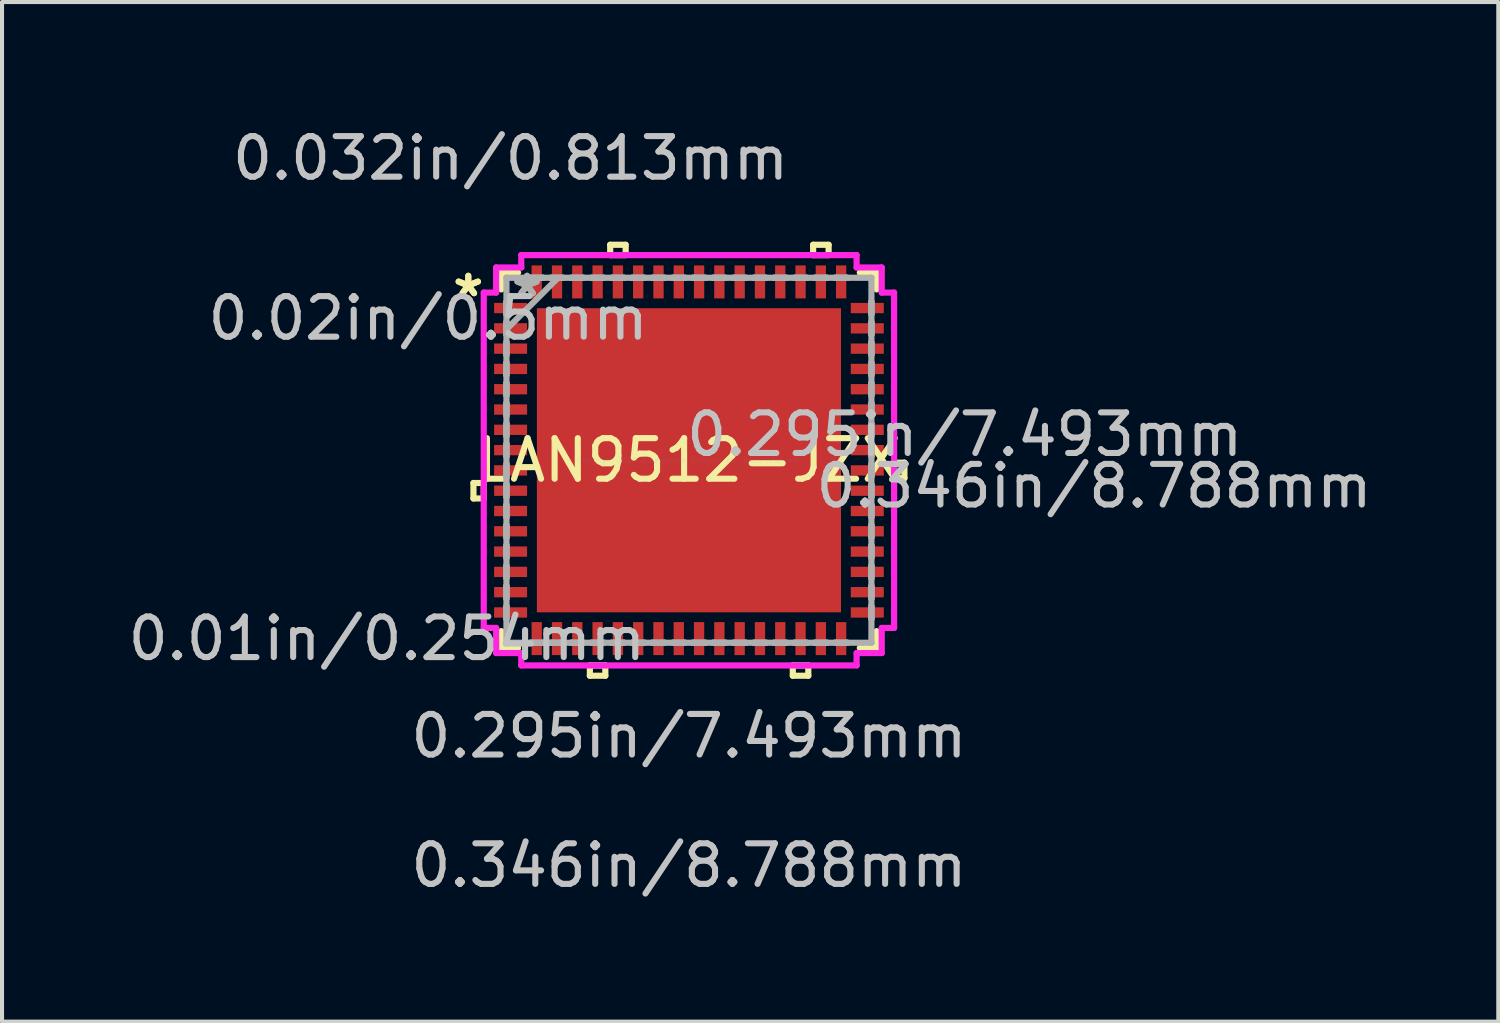
<source format=kicad_pcb>
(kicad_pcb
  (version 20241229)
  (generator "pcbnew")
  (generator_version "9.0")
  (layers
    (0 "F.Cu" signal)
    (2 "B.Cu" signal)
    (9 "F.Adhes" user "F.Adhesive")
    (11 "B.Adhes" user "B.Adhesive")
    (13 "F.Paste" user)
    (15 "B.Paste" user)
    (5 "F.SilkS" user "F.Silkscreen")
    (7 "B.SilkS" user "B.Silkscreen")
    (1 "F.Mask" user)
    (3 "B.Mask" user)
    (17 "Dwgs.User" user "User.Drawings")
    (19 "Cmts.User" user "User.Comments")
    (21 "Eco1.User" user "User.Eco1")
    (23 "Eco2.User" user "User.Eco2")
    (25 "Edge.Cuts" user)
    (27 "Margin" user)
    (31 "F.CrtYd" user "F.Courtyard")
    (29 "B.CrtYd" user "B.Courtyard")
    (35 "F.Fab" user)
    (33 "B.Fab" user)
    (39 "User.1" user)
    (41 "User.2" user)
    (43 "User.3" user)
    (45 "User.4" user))
  (footprint "LAN9512-JZX"
    (layer "F.Cu")
    (at 13.924 8.29)
    (property "Reference" "LAN9512-JZX" (at 0 0 0) (layer "F.SilkS") (effects (font (size 1 1) (thickness 0.15))))
    (attr through_hole)
    (fp_line (start -5.309 0.56) (end -5.309 0.941) (stroke (width 0.152) (type solid)) (layer "F.SilkS"))
    (fp_line (start -5.309 0.941) (end -5.055 0.941) (stroke (width 0.152) (type solid)) (layer "F.SilkS"))
    (fp_line (start -5.055 0.56) (end -5.309 0.56) (stroke (width 0.152) (type solid)) (layer "F.SilkS"))
    (fp_line (start -5.055 0.941) (end -5.055 0.56) (stroke (width 0.152) (type solid)) (layer "F.SilkS"))
    (fp_line (start -4.623 -4.623) (end -4.623 -4.21) (stroke (width 0.152) (type solid)) (layer "F.SilkS"))
    (fp_line (start -4.623 4.21) (end -4.623 4.623) (stroke (width 0.152) (type solid)) (layer "F.SilkS"))
    (fp_line (start -4.623 4.623) (end -4.21 4.623) (stroke (width 0.152) (type solid)) (layer "F.SilkS"))
    (fp_line (start -4.21 -4.623) (end -4.623 -4.623) (stroke (width 0.152) (type solid)) (layer "F.SilkS"))
    (fp_line (start -2.441 5.055) (end -2.441 5.309) (stroke (width 0.152) (type solid)) (layer "F.SilkS"))
    (fp_line (start -2.441 5.309) (end -2.06 5.309) (stroke (width 0.152) (type solid)) (layer "F.SilkS"))
    (fp_line (start -2.06 5.055) (end -2.441 5.055) (stroke (width 0.152) (type solid)) (layer "F.SilkS"))
    (fp_line (start -2.06 5.309) (end -2.06 5.055) (stroke (width 0.152) (type solid)) (layer "F.SilkS"))
    (fp_line (start -1.94 -5.309) (end -1.559 -5.309) (stroke (width 0.152) (type solid)) (layer "F.SilkS"))
    (fp_line (start -1.94 -5.055) (end -1.94 -5.309) (stroke (width 0.152) (type solid)) (layer "F.SilkS"))
    (fp_line (start -1.559 -5.309) (end -1.559 -5.055) (stroke (width 0.152) (type solid)) (layer "F.SilkS"))
    (fp_line (start -1.559 -5.055) (end -1.94 -5.055) (stroke (width 0.152) (type solid)) (layer "F.SilkS"))
    (fp_line (start 2.559 5.055) (end 2.559 5.309) (stroke (width 0.152) (type solid)) (layer "F.SilkS"))
    (fp_line (start 2.559 5.309) (end 2.941 5.309) (stroke (width 0.152) (type solid)) (layer "F.SilkS"))
    (fp_line (start 2.941 5.055) (end 2.559 5.055) (stroke (width 0.152) (type solid)) (layer "F.SilkS"))
    (fp_line (start 2.941 5.309) (end 2.941 5.055) (stroke (width 0.152) (type solid)) (layer "F.SilkS"))
    (fp_line (start 3.06 -5.309) (end 3.441 -5.309) (stroke (width 0.152) (type solid)) (layer "F.SilkS"))
    (fp_line (start 3.06 -5.055) (end 3.06 -5.309) (stroke (width 0.152) (type solid)) (layer "F.SilkS"))
    (fp_line (start 3.441 -5.309) (end 3.441 -5.055) (stroke (width 0.152) (type solid)) (layer "F.SilkS"))
    (fp_line (start 3.441 -5.055) (end 3.06 -5.055) (stroke (width 0.152) (type solid)) (layer "F.SilkS"))
    (fp_line (start 4.21 4.623) (end 4.623 4.623) (stroke (width 0.152) (type solid)) (layer "F.SilkS"))
    (fp_line (start 4.623 -4.623) (end 4.21 -4.623) (stroke (width 0.152) (type solid)) (layer "F.SilkS"))
    (fp_line (start 4.623 -4.21) (end 4.623 -4.623) (stroke (width 0.152) (type solid)) (layer "F.SilkS"))
    (fp_line (start 4.623 4.623) (end 4.623 4.21) (stroke (width 0.152) (type solid)) (layer "F.SilkS"))
    (fp_line (start 5.055 0.059) (end 5.309 0.059) (stroke (width 0.152) (type solid)) (layer "F.SilkS"))
    (fp_line (start 5.055 0.441) (end 5.055 0.059) (stroke (width 0.152) (type solid)) (layer "F.SilkS"))
    (fp_line (start 5.309 0.059) (end 5.309 0.441) (stroke (width 0.152) (type solid)) (layer "F.SilkS"))
    (fp_line (start 5.309 0.441) (end 5.055 0.441) (stroke (width 0.152) (type solid)) (layer "F.SilkS"))
    (fp_line (start -3.647 -3.647) (end -3.647 -2.348) (stroke (width 0.152) (type solid)) (layer "F.Paste"))
    (fp_line (start -3.647 -2.348) (end -2.348 -2.348) (stroke (width 0.152) (type solid)) (layer "F.Paste"))
    (fp_line (start -3.647 -2.148) (end -3.647 -0.849) (stroke (width 0.152) (type solid)) (layer "F.Paste"))
    (fp_line (start -3.647 -0.849) (end -2.348 -0.849) (stroke (width 0.152) (type solid)) (layer "F.Paste"))
    (fp_line (start -3.647 -0.649) (end -3.647 0.649) (stroke (width 0.152) (type solid)) (layer "F.Paste"))
    (fp_line (start -3.647 0.649) (end -2.348 0.649) (stroke (width 0.152) (type solid)) (layer "F.Paste"))
    (fp_line (start -3.647 0.849) (end -3.647 2.148) (stroke (width 0.152) (type solid)) (layer "F.Paste"))
    (fp_line (start -3.647 2.148) (end -2.348 2.148) (stroke (width 0.152) (type solid)) (layer "F.Paste"))
    (fp_line (start -3.647 2.348) (end -3.647 3.647) (stroke (width 0.152) (type solid)) (layer "F.Paste"))
    (fp_line (start -3.647 3.647) (end -2.348 3.647) (stroke (width 0.152) (type solid)) (layer "F.Paste"))
    (fp_line (start -2.348 -3.647) (end -3.647 -3.647) (stroke (width 0.152) (type solid)) (layer "F.Paste"))
    (fp_line (start -2.348 -2.348) (end -2.348 -3.647) (stroke (width 0.152) (type solid)) (layer "F.Paste"))
    (fp_line (start -2.348 -2.148) (end -3.647 -2.148) (stroke (width 0.152) (type solid)) (layer "F.Paste"))
    (fp_line (start -2.348 -0.849) (end -2.348 -2.148) (stroke (width 0.152) (type solid)) (layer "F.Paste"))
    (fp_line (start -2.348 -0.649) (end -3.647 -0.649) (stroke (width 0.152) (type solid)) (layer "F.Paste"))
    (fp_line (start -2.348 0.649) (end -2.348 -0.649) (stroke (width 0.152) (type solid)) (layer "F.Paste"))
    (fp_line (start -2.348 0.849) (end -3.647 0.849) (stroke (width 0.152) (type solid)) (layer "F.Paste"))
    (fp_line (start -2.348 2.148) (end -2.348 0.849) (stroke (width 0.152) (type solid)) (layer "F.Paste"))
    (fp_line (start -2.348 2.348) (end -3.647 2.348) (stroke (width 0.152) (type solid)) (layer "F.Paste"))
    (fp_line (start -2.348 3.647) (end -2.348 2.348) (stroke (width 0.152) (type solid)) (layer "F.Paste"))
    (fp_line (start -2.148 -3.647) (end -2.148 -2.348) (stroke (width 0.152) (type solid)) (layer "F.Paste"))
    (fp_line (start -2.148 -2.348) (end -0.849 -2.348) (stroke (width 0.152) (type solid)) (layer "F.Paste"))
    (fp_line (start -2.148 -2.148) (end -2.148 -0.849) (stroke (width 0.152) (type solid)) (layer "F.Paste"))
    (fp_line (start -2.148 -0.849) (end -0.849 -0.849) (stroke (width 0.152) (type solid)) (layer "F.Paste"))
    (fp_line (start -2.148 -0.649) (end -2.148 0.649) (stroke (width 0.152) (type solid)) (layer "F.Paste"))
    (fp_line (start -2.148 0.649) (end -0.849 0.649) (stroke (width 0.152) (type solid)) (layer "F.Paste"))
    (fp_line (start -2.148 0.849) (end -2.148 2.148) (stroke (width 0.152) (type solid)) (layer "F.Paste"))
    (fp_line (start -2.148 2.148) (end -0.849 2.148) (stroke (width 0.152) (type solid)) (layer "F.Paste"))
    (fp_line (start -2.148 2.348) (end -2.148 3.647) (stroke (width 0.152) (type solid)) (layer "F.Paste"))
    (fp_line (start -2.148 3.647) (end -0.849 3.647) (stroke (width 0.152) (type solid)) (layer "F.Paste"))
    (fp_line (start -0.849 -3.647) (end -2.148 -3.647) (stroke (width 0.152) (type solid)) (layer "F.Paste"))
    (fp_line (start -0.849 -2.348) (end -0.849 -3.647) (stroke (width 0.152) (type solid)) (layer "F.Paste"))
    (fp_line (start -0.849 -2.148) (end -2.148 -2.148) (stroke (width 0.152) (type solid)) (layer "F.Paste"))
    (fp_line (start -0.849 -0.849) (end -0.849 -2.148) (stroke (width 0.152) (type solid)) (layer "F.Paste"))
    (fp_line (start -0.849 -0.649) (end -2.148 -0.649) (stroke (width 0.152) (type solid)) (layer "F.Paste"))
    (fp_line (start -0.849 0.649) (end -0.849 -0.649) (stroke (width 0.152) (type solid)) (layer "F.Paste"))
    (fp_line (start -0.849 0.849) (end -2.148 0.849) (stroke (width 0.152) (type solid)) (layer "F.Paste"))
    (fp_line (start -0.849 2.148) (end -0.849 0.849) (stroke (width 0.152) (type solid)) (layer "F.Paste"))
    (fp_line (start -0.849 2.348) (end -2.148 2.348) (stroke (width 0.152) (type solid)) (layer "F.Paste"))
    (fp_line (start -0.849 3.647) (end -0.849 2.348) (stroke (width 0.152) (type solid)) (layer "F.Paste"))
    (fp_line (start -0.649 -3.647) (end -0.649 -2.348) (stroke (width 0.152) (type solid)) (layer "F.Paste"))
    (fp_line (start -0.649 -2.348) (end 0.649 -2.348) (stroke (width 0.152) (type solid)) (layer "F.Paste"))
    (fp_line (start -0.649 -2.148) (end -0.649 -0.849) (stroke (width 0.152) (type solid)) (layer "F.Paste"))
    (fp_line (start -0.649 -0.849) (end 0.649 -0.849) (stroke (width 0.152) (type solid)) (layer "F.Paste"))
    (fp_line (start -0.649 -0.649) (end -0.649 0.649) (stroke (width 0.152) (type solid)) (layer "F.Paste"))
    (fp_line (start -0.649 0.649) (end 0.649 0.649) (stroke (width 0.152) (type solid)) (layer "F.Paste"))
    (fp_line (start -0.649 0.849) (end -0.649 2.148) (stroke (width 0.152) (type solid)) (layer "F.Paste"))
    (fp_line (start -0.649 2.148) (end 0.649 2.148) (stroke (width 0.152) (type solid)) (layer "F.Paste"))
    (fp_line (start -0.649 2.348) (end -0.649 3.647) (stroke (width 0.152) (type solid)) (layer "F.Paste"))
    (fp_line (start -0.649 3.647) (end 0.649 3.647) (stroke (width 0.152) (type solid)) (layer "F.Paste"))
    (fp_line (start 0.649 -3.647) (end -0.649 -3.647) (stroke (width 0.152) (type solid)) (layer "F.Paste"))
    (fp_line (start 0.649 -2.348) (end 0.649 -3.647) (stroke (width 0.152) (type solid)) (layer "F.Paste"))
    (fp_line (start 0.649 -2.148) (end -0.649 -2.148) (stroke (width 0.152) (type solid)) (layer "F.Paste"))
    (fp_line (start 0.649 -0.849) (end 0.649 -2.148) (stroke (width 0.152) (type solid)) (layer "F.Paste"))
    (fp_line (start 0.649 -0.649) (end -0.649 -0.649) (stroke (width 0.152) (type solid)) (layer "F.Paste"))
    (fp_line (start 0.649 0.649) (end 0.649 -0.649) (stroke (width 0.152) (type solid)) (layer "F.Paste"))
    (fp_line (start 0.649 0.849) (end -0.649 0.849) (stroke (width 0.152) (type solid)) (layer "F.Paste"))
    (fp_line (start 0.649 2.148) (end 0.649 0.849) (stroke (width 0.152) (type solid)) (layer "F.Paste"))
    (fp_line (start 0.649 2.348) (end -0.649 2.348) (stroke (width 0.152) (type solid)) (layer "F.Paste"))
    (fp_line (start 0.649 3.647) (end 0.649 2.348) (stroke (width 0.152) (type solid)) (layer "F.Paste"))
    (fp_line (start 0.849 -3.647) (end 0.849 -2.348) (stroke (width 0.152) (type solid)) (layer "F.Paste"))
    (fp_line (start 0.849 -2.348) (end 2.148 -2.348) (stroke (width 0.152) (type solid)) (layer "F.Paste"))
    (fp_line (start 0.849 -2.148) (end 0.849 -0.849) (stroke (width 0.152) (type solid)) (layer "F.Paste"))
    (fp_line (start 0.849 -0.849) (end 2.148 -0.849) (stroke (width 0.152) (type solid)) (layer "F.Paste"))
    (fp_line (start 0.849 -0.649) (end 0.849 0.649) (stroke (width 0.152) (type solid)) (layer "F.Paste"))
    (fp_line (start 0.849 0.649) (end 2.148 0.649) (stroke (width 0.152) (type solid)) (layer "F.Paste"))
    (fp_line (start 0.849 0.849) (end 0.849 2.148) (stroke (width 0.152) (type solid)) (layer "F.Paste"))
    (fp_line (start 0.849 2.148) (end 2.148 2.148) (stroke (width 0.152) (type solid)) (layer "F.Paste"))
    (fp_line (start 0.849 2.348) (end 0.849 3.647) (stroke (width 0.152) (type solid)) (layer "F.Paste"))
    (fp_line (start 0.849 3.647) (end 2.148 3.647) (stroke (width 0.152) (type solid)) (layer "F.Paste"))
    (fp_line (start 2.148 -3.647) (end 0.849 -3.647) (stroke (width 0.152) (type solid)) (layer "F.Paste"))
    (fp_line (start 2.148 -2.348) (end 2.148 -3.647) (stroke (width 0.152) (type solid)) (layer "F.Paste"))
    (fp_line (start 2.148 -2.148) (end 0.849 -2.148) (stroke (width 0.152) (type solid)) (layer "F.Paste"))
    (fp_line (start 2.148 -0.849) (end 2.148 -2.148) (stroke (width 0.152) (type solid)) (layer "F.Paste"))
    (fp_line (start 2.148 -0.649) (end 0.849 -0.649) (stroke (width 0.152) (type solid)) (layer "F.Paste"))
    (fp_line (start 2.148 0.649) (end 2.148 -0.649) (stroke (width 0.152) (type solid)) (layer "F.Paste"))
    (fp_line (start 2.148 0.849) (end 0.849 0.849) (stroke (width 0.152) (type solid)) (layer "F.Paste"))
    (fp_line (start 2.148 2.148) (end 2.148 0.849) (stroke (width 0.152) (type solid)) (layer "F.Paste"))
    (fp_line (start 2.148 2.348) (end 0.849 2.348) (stroke (width 0.152) (type solid)) (layer "F.Paste"))
    (fp_line (start 2.148 3.647) (end 2.148 2.348) (stroke (width 0.152) (type solid)) (layer "F.Paste"))
    (fp_line (start 2.348 -3.647) (end 2.348 -2.348) (stroke (width 0.152) (type solid)) (layer "F.Paste"))
    (fp_line (start 2.348 -2.348) (end 3.647 -2.348) (stroke (width 0.152) (type solid)) (layer "F.Paste"))
    (fp_line (start 2.348 -2.148) (end 2.348 -0.849) (stroke (width 0.152) (type solid)) (layer "F.Paste"))
    (fp_line (start 2.348 -0.849) (end 3.647 -0.849) (stroke (width 0.152) (type solid)) (layer "F.Paste"))
    (fp_line (start 2.348 -0.649) (end 2.348 0.649) (stroke (width 0.152) (type solid)) (layer "F.Paste"))
    (fp_line (start 2.348 0.649) (end 3.647 0.649) (stroke (width 0.152) (type solid)) (layer "F.Paste"))
    (fp_line (start 2.348 0.849) (end 2.348 2.148) (stroke (width 0.152) (type solid)) (layer "F.Paste"))
    (fp_line (start 2.348 2.148) (end 3.647 2.148) (stroke (width 0.152) (type solid)) (layer "F.Paste"))
    (fp_line (start 2.348 2.348) (end 2.348 3.647) (stroke (width 0.152) (type solid)) (layer "F.Paste"))
    (fp_line (start 2.348 3.647) (end 3.647 3.647) (stroke (width 0.152) (type solid)) (layer "F.Paste"))
    (fp_line (start 3.647 -3.647) (end 2.348 -3.647) (stroke (width 0.152) (type solid)) (layer "F.Paste"))
    (fp_line (start 3.647 -2.348) (end 3.647 -3.647) (stroke (width 0.152) (type solid)) (layer "F.Paste"))
    (fp_line (start 3.647 -2.148) (end 2.348 -2.148) (stroke (width 0.152) (type solid)) (layer "F.Paste"))
    (fp_line (start 3.647 -0.849) (end 3.647 -2.148) (stroke (width 0.152) (type solid)) (layer "F.Paste"))
    (fp_line (start 3.647 -0.649) (end 2.348 -0.649) (stroke (width 0.152) (type solid)) (layer "F.Paste"))
    (fp_line (start 3.647 0.649) (end 3.647 -0.649) (stroke (width 0.152) (type solid)) (layer "F.Paste"))
    (fp_line (start 3.647 0.849) (end 2.348 0.849) (stroke (width 0.152) (type solid)) (layer "F.Paste"))
    (fp_line (start 3.647 2.148) (end 3.647 0.849) (stroke (width 0.152) (type solid)) (layer "F.Paste"))
    (fp_line (start 3.647 2.348) (end 2.348 2.348) (stroke (width 0.152) (type solid)) (layer "F.Paste"))
    (fp_line (start 3.647 3.647) (end 3.647 2.348) (stroke (width 0.152) (type solid)) (layer "F.Paste"))
    (fp_line (start -5.055 -4.131) (end -4.75 -4.131) (stroke (width 0.152) (type solid)) (layer "F.CrtYd"))
    (fp_line (start -5.055 4.131) (end -5.055 -4.131) (stroke (width 0.152) (type solid)) (layer "F.CrtYd"))
    (fp_line (start -4.75 -4.75) (end -4.131 -4.75) (stroke (width 0.152) (type solid)) (layer "F.CrtYd"))
    (fp_line (start -4.75 -4.131) (end -4.75 -4.75) (stroke (width 0.152) (type solid)) (layer "F.CrtYd"))
    (fp_line (start -4.75 4.131) (end -5.055 4.131) (stroke (width 0.152) (type solid)) (layer "F.CrtYd"))
    (fp_line (start -4.75 4.75) (end -4.75 4.131) (stroke (width 0.152) (type solid)) (layer "F.CrtYd"))
    (fp_line (start -4.131 -5.055) (end 4.131 -5.055) (stroke (width 0.152) (type solid)) (layer "F.CrtYd"))
    (fp_line (start -4.131 -4.75) (end -4.131 -5.055) (stroke (width 0.152) (type solid)) (layer "F.CrtYd"))
    (fp_line (start -4.131 4.75) (end -4.75 4.75) (stroke (width 0.152) (type solid)) (layer "F.CrtYd"))
    (fp_line (start -4.131 5.055) (end -4.131 4.75) (stroke (width 0.152) (type solid)) (layer "F.CrtYd"))
    (fp_line (start 4.131 -5.055) (end 4.131 -4.75) (stroke (width 0.152) (type solid)) (layer "F.CrtYd"))
    (fp_line (start 4.131 -4.75) (end 4.75 -4.75) (stroke (width 0.152) (type solid)) (layer "F.CrtYd"))
    (fp_line (start 4.131 4.75) (end 4.131 5.055) (stroke (width 0.152) (type solid)) (layer "F.CrtYd"))
    (fp_line (start 4.131 5.055) (end -4.131 5.055) (stroke (width 0.152) (type solid)) (layer "F.CrtYd"))
    (fp_line (start 4.75 -4.75) (end 4.75 -4.131) (stroke (width 0.152) (type solid)) (layer "F.CrtYd"))
    (fp_line (start 4.75 -4.131) (end 5.055 -4.131) (stroke (width 0.152) (type solid)) (layer "F.CrtYd"))
    (fp_line (start 4.75 4.131) (end 4.75 4.75) (stroke (width 0.152) (type solid)) (layer "F.CrtYd"))
    (fp_line (start 4.75 4.75) (end 4.131 4.75) (stroke (width 0.152) (type solid)) (layer "F.CrtYd"))
    (fp_line (start 5.055 -4.131) (end 5.055 4.131) (stroke (width 0.152) (type solid)) (layer "F.CrtYd"))
    (fp_line (start 5.055 4.131) (end 4.75 4.131) (stroke (width 0.152) (type solid)) (layer "F.CrtYd"))
    (fp_line (start -4.496 -4.496) (end -4.496 -4.496) (stroke (width 0.152) (type solid)) (layer "F.Fab"))
    (fp_line (start -4.496 -4.496) (end -4.496 4.496) (stroke (width 0.152) (type solid)) (layer "F.Fab"))
    (fp_line (start -4.496 -3.902) (end -4.496 -3.902) (stroke (width 0.152) (type solid)) (layer "F.Fab"))
    (fp_line (start -4.496 -3.902) (end -4.496 -3.598) (stroke (width 0.152) (type solid)) (layer "F.Fab"))
    (fp_line (start -4.496 -3.598) (end -4.496 -3.902) (stroke (width 0.152) (type solid)) (layer "F.Fab"))
    (fp_line (start -4.496 -3.598) (end -4.496 -3.598) (stroke (width 0.152) (type solid)) (layer "F.Fab"))
    (fp_line (start -4.496 -3.402) (end -4.496 -3.402) (stroke (width 0.152) (type solid)) (layer "F.Fab"))
    (fp_line (start -4.496 -3.402) (end -4.496 -3.098) (stroke (width 0.152) (type solid)) (layer "F.Fab"))
    (fp_line (start -4.496 -3.226) (end -3.226 -4.496) (stroke (width 0.152) (type solid)) (layer "F.Fab"))
    (fp_line (start -4.496 -3.098) (end -4.496 -3.402) (stroke (width 0.152) (type solid)) (layer "F.Fab"))
    (fp_line (start -4.496 -3.098) (end -4.496 -3.098) (stroke (width 0.152) (type solid)) (layer "F.Fab"))
    (fp_line (start -4.496 -2.902) (end -4.496 -2.902) (stroke (width 0.152) (type solid)) (layer "F.Fab"))
    (fp_line (start -4.496 -2.902) (end -4.496 -2.598) (stroke (width 0.152) (type solid)) (layer "F.Fab"))
    (fp_line (start -4.496 -2.598) (end -4.496 -2.902) (stroke (width 0.152) (type solid)) (layer "F.Fab"))
    (fp_line (start -4.496 -2.598) (end -4.496 -2.598) (stroke (width 0.152) (type solid)) (layer "F.Fab"))
    (fp_line (start -4.496 -2.402) (end -4.496 -2.402) (stroke (width 0.152) (type solid)) (layer "F.Fab"))
    (fp_line (start -4.496 -2.402) (end -4.496 -2.098) (stroke (width 0.152) (type solid)) (layer "F.Fab"))
    (fp_line (start -4.496 -2.098) (end -4.496 -2.402) (stroke (width 0.152) (type solid)) (layer "F.Fab"))
    (fp_line (start -4.496 -2.098) (end -4.496 -2.098) (stroke (width 0.152) (type solid)) (layer "F.Fab"))
    (fp_line (start -4.496 -1.902) (end -4.496 -1.902) (stroke (width 0.152) (type solid)) (layer "F.Fab"))
    (fp_line (start -4.496 -1.902) (end -4.496 -1.598) (stroke (width 0.152) (type solid)) (layer "F.Fab"))
    (fp_line (start -4.496 -1.598) (end -4.496 -1.902) (stroke (width 0.152) (type solid)) (layer "F.Fab"))
    (fp_line (start -4.496 -1.598) (end -4.496 -1.598) (stroke (width 0.152) (type solid)) (layer "F.Fab"))
    (fp_line (start -4.496 -1.402) (end -4.496 -1.402) (stroke (width 0.152) (type solid)) (layer "F.Fab"))
    (fp_line (start -4.496 -1.402) (end -4.496 -1.098) (stroke (width 0.152) (type solid)) (layer "F.Fab"))
    (fp_line (start -4.496 -1.098) (end -4.496 -1.402) (stroke (width 0.152) (type solid)) (layer "F.Fab"))
    (fp_line (start -4.496 -1.098) (end -4.496 -1.098) (stroke (width 0.152) (type solid)) (layer "F.Fab"))
    (fp_line (start -4.496 -0.902) (end -4.496 -0.902) (stroke (width 0.152) (type solid)) (layer "F.Fab"))
    (fp_line (start -4.496 -0.902) (end -4.496 -0.598) (stroke (width 0.152) (type solid)) (layer "F.Fab"))
    (fp_line (start -4.496 -0.598) (end -4.496 -0.902) (stroke (width 0.152) (type solid)) (layer "F.Fab"))
    (fp_line (start -4.496 -0.598) (end -4.496 -0.598) (stroke (width 0.152) (type solid)) (layer "F.Fab"))
    (fp_line (start -4.496 -0.402) (end -4.496 -0.402) (stroke (width 0.152) (type solid)) (layer "F.Fab"))
    (fp_line (start -4.496 -0.402) (end -4.496 -0.098) (stroke (width 0.152) (type solid)) (layer "F.Fab"))
    (fp_line (start -4.496 -0.098) (end -4.496 -0.402) (stroke (width 0.152) (type solid)) (layer "F.Fab"))
    (fp_line (start -4.496 -0.098) (end -4.496 -0.098) (stroke (width 0.152) (type solid)) (layer "F.Fab"))
    (fp_line (start -4.496 0.098) (end -4.496 0.098) (stroke (width 0.152) (type solid)) (layer "F.Fab"))
    (fp_line (start -4.496 0.098) (end -4.496 0.402) (stroke (width 0.152) (type solid)) (layer "F.Fab"))
    (fp_line (start -4.496 0.402) (end -4.496 0.098) (stroke (width 0.152) (type solid)) (layer "F.Fab"))
    (fp_line (start -4.496 0.402) (end -4.496 0.402) (stroke (width 0.152) (type solid)) (layer "F.Fab"))
    (fp_line (start -4.496 0.598) (end -4.496 0.598) (stroke (width 0.152) (type solid)) (layer "F.Fab"))
    (fp_line (start -4.496 0.598) (end -4.496 0.902) (stroke (width 0.152) (type solid)) (layer "F.Fab"))
    (fp_line (start -4.496 0.902) (end -4.496 0.598) (stroke (width 0.152) (type solid)) (layer "F.Fab"))
    (fp_line (start -4.496 0.902) (end -4.496 0.902) (stroke (width 0.152) (type solid)) (layer "F.Fab"))
    (fp_line (start -4.496 1.098) (end -4.496 1.098) (stroke (width 0.152) (type solid)) (layer "F.Fab"))
    (fp_line (start -4.496 1.098) (end -4.496 1.402) (stroke (width 0.152) (type solid)) (layer "F.Fab"))
    (fp_line (start -4.496 1.402) (end -4.496 1.098) (stroke (width 0.152) (type solid)) (layer "F.Fab"))
    (fp_line (start -4.496 1.402) (end -4.496 1.402) (stroke (width 0.152) (type solid)) (layer "F.Fab"))
    (fp_line (start -4.496 1.598) (end -4.496 1.598) (stroke (width 0.152) (type solid)) (layer "F.Fab"))
    (fp_line (start -4.496 1.598) (end -4.496 1.902) (stroke (width 0.152) (type solid)) (layer "F.Fab"))
    (fp_line (start -4.496 1.902) (end -4.496 1.598) (stroke (width 0.152) (type solid)) (layer "F.Fab"))
    (fp_line (start -4.496 1.902) (end -4.496 1.902) (stroke (width 0.152) (type solid)) (layer "F.Fab"))
    (fp_line (start -4.496 2.098) (end -4.496 2.098) (stroke (width 0.152) (type solid)) (layer "F.Fab"))
    (fp_line (start -4.496 2.098) (end -4.496 2.402) (stroke (width 0.152) (type solid)) (layer "F.Fab"))
    (fp_line (start -4.496 2.402) (end -4.496 2.098) (stroke (width 0.152) (type solid)) (layer "F.Fab"))
    (fp_line (start -4.496 2.402) (end -4.496 2.402) (stroke (width 0.152) (type solid)) (layer "F.Fab"))
    (fp_line (start -4.496 2.598) (end -4.496 2.598) (stroke (width 0.152) (type solid)) (layer "F.Fab"))
    (fp_line (start -4.496 2.598) (end -4.496 2.902) (stroke (width 0.152) (type solid)) (layer "F.Fab"))
    (fp_line (start -4.496 2.902) (end -4.496 2.598) (stroke (width 0.152) (type solid)) (layer "F.Fab"))
    (fp_line (start -4.496 2.902) (end -4.496 2.902) (stroke (width 0.152) (type solid)) (layer "F.Fab"))
    (fp_line (start -4.496 3.098) (end -4.496 3.098) (stroke (width 0.152) (type solid)) (layer "F.Fab"))
    (fp_line (start -4.496 3.098) (end -4.496 3.402) (stroke (width 0.152) (type solid)) (layer "F.Fab"))
    (fp_line (start -4.496 3.402) (end -4.496 3.098) (stroke (width 0.152) (type solid)) (layer "F.Fab"))
    (fp_line (start -4.496 3.402) (end -4.496 3.402) (stroke (width 0.152) (type solid)) (layer "F.Fab"))
    (fp_line (start -4.496 3.598) (end -4.496 3.598) (stroke (width 0.152) (type solid)) (layer "F.Fab"))
    (fp_line (start -4.496 3.598) (end -4.496 3.902) (stroke (width 0.152) (type solid)) (layer "F.Fab"))
    (fp_line (start -4.496 3.902) (end -4.496 3.598) (stroke (width 0.152) (type solid)) (layer "F.Fab"))
    (fp_line (start -4.496 3.902) (end -4.496 3.902) (stroke (width 0.152) (type solid)) (layer "F.Fab"))
    (fp_line (start -4.496 4.496) (end -4.496 4.496) (stroke (width 0.152) (type solid)) (layer "F.Fab"))
    (fp_line (start -4.496 4.496) (end 4.496 4.496) (stroke (width 0.152) (type solid)) (layer "F.Fab"))
    (fp_line (start -3.902 -4.496) (end -3.902 -4.496) (stroke (width 0.152) (type solid)) (layer "F.Fab"))
    (fp_line (start -3.902 -4.496) (end -3.598 -4.496) (stroke (width 0.152) (type solid)) (layer "F.Fab"))
    (fp_line (start -3.902 4.496) (end -3.902 4.496) (stroke (width 0.152) (type solid)) (layer "F.Fab"))
    (fp_line (start -3.902 4.496) (end -3.598 4.496) (stroke (width 0.152) (type solid)) (layer "F.Fab"))
    (fp_line (start -3.598 -4.496) (end -3.902 -4.496) (stroke (width 0.152) (type solid)) (layer "F.Fab"))
    (fp_line (start -3.598 -4.496) (end -3.598 -4.496) (stroke (width 0.152) (type solid)) (layer "F.Fab"))
    (fp_line (start -3.598 4.496) (end -3.902 4.496) (stroke (width 0.152) (type solid)) (layer "F.Fab"))
    (fp_line (start -3.598 4.496) (end -3.598 4.496) (stroke (width 0.152) (type solid)) (layer "F.Fab"))
    (fp_line (start -3.402 -4.496) (end -3.402 -4.496) (stroke (width 0.152) (type solid)) (layer "F.Fab"))
    (fp_line (start -3.402 -4.496) (end -3.098 -4.496) (stroke (width 0.152) (type solid)) (layer "F.Fab"))
    (fp_line (start -3.402 4.496) (end -3.402 4.496) (stroke (width 0.152) (type solid)) (layer "F.Fab"))
    (fp_line (start -3.402 4.496) (end -3.098 4.496) (stroke (width 0.152) (type solid)) (layer "F.Fab"))
    (fp_line (start -3.098 -4.496) (end -3.402 -4.496) (stroke (width 0.152) (type solid)) (layer "F.Fab"))
    (fp_line (start -3.098 -4.496) (end -3.098 -4.496) (stroke (width 0.152) (type solid)) (layer "F.Fab"))
    (fp_line (start -3.098 4.496) (end -3.402 4.496) (stroke (width 0.152) (type solid)) (layer "F.Fab"))
    (fp_line (start -3.098 4.496) (end -3.098 4.496) (stroke (width 0.152) (type solid)) (layer "F.Fab"))
    (fp_line (start -2.902 -4.496) (end -2.902 -4.496) (stroke (width 0.152) (type solid)) (layer "F.Fab"))
    (fp_line (start -2.902 -4.496) (end -2.598 -4.496) (stroke (width 0.152) (type solid)) (layer "F.Fab"))
    (fp_line (start -2.902 4.496) (end -2.902 4.496) (stroke (width 0.152) (type solid)) (layer "F.Fab"))
    (fp_line (start -2.902 4.496) (end -2.598 4.496) (stroke (width 0.152) (type solid)) (layer "F.Fab"))
    (fp_line (start -2.598 -4.496) (end -2.902 -4.496) (stroke (width 0.152) (type solid)) (layer "F.Fab"))
    (fp_line (start -2.598 -4.496) (end -2.598 -4.496) (stroke (width 0.152) (type solid)) (layer "F.Fab"))
    (fp_line (start -2.598 4.496) (end -2.902 4.496) (stroke (width 0.152) (type solid)) (layer "F.Fab"))
    (fp_line (start -2.598 4.496) (end -2.598 4.496) (stroke (width 0.152) (type solid)) (layer "F.Fab"))
    (fp_line (start -2.402 -4.496) (end -2.402 -4.496) (stroke (width 0.152) (type solid)) (layer "F.Fab"))
    (fp_line (start -2.402 -4.496) (end -2.098 -4.496) (stroke (width 0.152) (type solid)) (layer "F.Fab"))
    (fp_line (start -2.402 4.496) (end -2.402 4.496) (stroke (width 0.152) (type solid)) (layer "F.Fab"))
    (fp_line (start -2.402 4.496) (end -2.098 4.496) (stroke (width 0.152) (type solid)) (layer "F.Fab"))
    (fp_line (start -2.098 -4.496) (end -2.402 -4.496) (stroke (width 0.152) (type solid)) (layer "F.Fab"))
    (fp_line (start -2.098 -4.496) (end -2.098 -4.496) (stroke (width 0.152) (type solid)) (layer "F.Fab"))
    (fp_line (start -2.098 4.496) (end -2.402 4.496) (stroke (width 0.152) (type solid)) (layer "F.Fab"))
    (fp_line (start -2.098 4.496) (end -2.098 4.496) (stroke (width 0.152) (type solid)) (layer "F.Fab"))
    (fp_line (start -1.902 -4.496) (end -1.902 -4.496) (stroke (width 0.152) (type solid)) (layer "F.Fab"))
    (fp_line (start -1.902 -4.496) (end -1.598 -4.496) (stroke (width 0.152) (type solid)) (layer "F.Fab"))
    (fp_line (start -1.902 4.496) (end -1.902 4.496) (stroke (width 0.152) (type solid)) (layer "F.Fab"))
    (fp_line (start -1.902 4.496) (end -1.598 4.496) (stroke (width 0.152) (type solid)) (layer "F.Fab"))
    (fp_line (start -1.598 -4.496) (end -1.902 -4.496) (stroke (width 0.152) (type solid)) (layer "F.Fab"))
    (fp_line (start -1.598 -4.496) (end -1.598 -4.496) (stroke (width 0.152) (type solid)) (layer "F.Fab"))
    (fp_line (start -1.598 4.496) (end -1.902 4.496) (stroke (width 0.152) (type solid)) (layer "F.Fab"))
    (fp_line (start -1.598 4.496) (end -1.598 4.496) (stroke (width 0.152) (type solid)) (layer "F.Fab"))
    (fp_line (start -1.402 -4.496) (end -1.402 -4.496) (stroke (width 0.152) (type solid)) (layer "F.Fab"))
    (fp_line (start -1.402 -4.496) (end -1.098 -4.496) (stroke (width 0.152) (type solid)) (layer "F.Fab"))
    (fp_line (start -1.402 4.496) (end -1.402 4.496) (stroke (width 0.152) (type solid)) (layer "F.Fab"))
    (fp_line (start -1.402 4.496) (end -1.098 4.496) (stroke (width 0.152) (type solid)) (layer "F.Fab"))
    (fp_line (start -1.098 -4.496) (end -1.402 -4.496) (stroke (width 0.152) (type solid)) (layer "F.Fab"))
    (fp_line (start -1.098 -4.496) (end -1.098 -4.496) (stroke (width 0.152) (type solid)) (layer "F.Fab"))
    (fp_line (start -1.098 4.496) (end -1.402 4.496) (stroke (width 0.152) (type solid)) (layer "F.Fab"))
    (fp_line (start -1.098 4.496) (end -1.098 4.496) (stroke (width 0.152) (type solid)) (layer "F.Fab"))
    (fp_line (start -0.902 -4.496) (end -0.902 -4.496) (stroke (width 0.152) (type solid)) (layer "F.Fab"))
    (fp_line (start -0.902 -4.496) (end -0.598 -4.496) (stroke (width 0.152) (type solid)) (layer "F.Fab"))
    (fp_line (start -0.902 4.496) (end -0.902 4.496) (stroke (width 0.152) (type solid)) (layer "F.Fab"))
    (fp_line (start -0.902 4.496) (end -0.598 4.496) (stroke (width 0.152) (type solid)) (layer "F.Fab"))
    (fp_line (start -0.598 -4.496) (end -0.902 -4.496) (stroke (width 0.152) (type solid)) (layer "F.Fab"))
    (fp_line (start -0.598 -4.496) (end -0.598 -4.496) (stroke (width 0.152) (type solid)) (layer "F.Fab"))
    (fp_line (start -0.598 4.496) (end -0.902 4.496) (stroke (width 0.152) (type solid)) (layer "F.Fab"))
    (fp_line (start -0.598 4.496) (end -0.598 4.496) (stroke (width 0.152) (type solid)) (layer "F.Fab"))
    (fp_line (start -0.402 -4.496) (end -0.402 -4.496) (stroke (width 0.152) (type solid)) (layer "F.Fab"))
    (fp_line (start -0.402 -4.496) (end -0.098 -4.496) (stroke (width 0.152) (type solid)) (layer "F.Fab"))
    (fp_line (start -0.402 4.496) (end -0.402 4.496) (stroke (width 0.152) (type solid)) (layer "F.Fab"))
    (fp_line (start -0.402 4.496) (end -0.098 4.496) (stroke (width 0.152) (type solid)) (layer "F.Fab"))
    (fp_line (start -0.098 -4.496) (end -0.402 -4.496) (stroke (width 0.152) (type solid)) (layer "F.Fab"))
    (fp_line (start -0.098 -4.496) (end -0.098 -4.496) (stroke (width 0.152) (type solid)) (layer "F.Fab"))
    (fp_line (start -0.098 4.496) (end -0.402 4.496) (stroke (width 0.152) (type solid)) (layer "F.Fab"))
    (fp_line (start -0.098 4.496) (end -0.098 4.496) (stroke (width 0.152) (type solid)) (layer "F.Fab"))
    (fp_line (start 0.098 -4.496) (end 0.098 -4.496) (stroke (width 0.152) (type solid)) (layer "F.Fab"))
    (fp_line (start 0.098 -4.496) (end 0.402 -4.496) (stroke (width 0.152) (type solid)) (layer "F.Fab"))
    (fp_line (start 0.098 4.496) (end 0.098 4.496) (stroke (width 0.152) (type solid)) (layer "F.Fab"))
    (fp_line (start 0.098 4.496) (end 0.402 4.496) (stroke (width 0.152) (type solid)) (layer "F.Fab"))
    (fp_line (start 0.402 -4.496) (end 0.098 -4.496) (stroke (width 0.152) (type solid)) (layer "F.Fab"))
    (fp_line (start 0.402 -4.496) (end 0.402 -4.496) (stroke (width 0.152) (type solid)) (layer "F.Fab"))
    (fp_line (start 0.402 4.496) (end 0.098 4.496) (stroke (width 0.152) (type solid)) (layer "F.Fab"))
    (fp_line (start 0.402 4.496) (end 0.402 4.496) (stroke (width 0.152) (type solid)) (layer "F.Fab"))
    (fp_line (start 0.598 -4.496) (end 0.598 -4.496) (stroke (width 0.152) (type solid)) (layer "F.Fab"))
    (fp_line (start 0.598 -4.496) (end 0.902 -4.496) (stroke (width 0.152) (type solid)) (layer "F.Fab"))
    (fp_line (start 0.598 4.496) (end 0.598 4.496) (stroke (width 0.152) (type solid)) (layer "F.Fab"))
    (fp_line (start 0.598 4.496) (end 0.902 4.496) (stroke (width 0.152) (type solid)) (layer "F.Fab"))
    (fp_line (start 0.902 -4.496) (end 0.598 -4.496) (stroke (width 0.152) (type solid)) (layer "F.Fab"))
    (fp_line (start 0.902 -4.496) (end 0.902 -4.496) (stroke (width 0.152) (type solid)) (layer "F.Fab"))
    (fp_line (start 0.902 4.496) (end 0.598 4.496) (stroke (width 0.152) (type solid)) (layer "F.Fab"))
    (fp_line (start 0.902 4.496) (end 0.902 4.496) (stroke (width 0.152) (type solid)) (layer "F.Fab"))
    (fp_line (start 1.098 -4.496) (end 1.098 -4.496) (stroke (width 0.152) (type solid)) (layer "F.Fab"))
    (fp_line (start 1.098 -4.496) (end 1.402 -4.496) (stroke (width 0.152) (type solid)) (layer "F.Fab"))
    (fp_line (start 1.098 4.496) (end 1.098 4.496) (stroke (width 0.152) (type solid)) (layer "F.Fab"))
    (fp_line (start 1.098 4.496) (end 1.402 4.496) (stroke (width 0.152) (type solid)) (layer "F.Fab"))
    (fp_line (start 1.402 -4.496) (end 1.098 -4.496) (stroke (width 0.152) (type solid)) (layer "F.Fab"))
    (fp_line (start 1.402 -4.496) (end 1.402 -4.496) (stroke (width 0.152) (type solid)) (layer "F.Fab"))
    (fp_line (start 1.402 4.496) (end 1.098 4.496) (stroke (width 0.152) (type solid)) (layer "F.Fab"))
    (fp_line (start 1.402 4.496) (end 1.402 4.496) (stroke (width 0.152) (type solid)) (layer "F.Fab"))
    (fp_line (start 1.598 -4.496) (end 1.598 -4.496) (stroke (width 0.152) (type solid)) (layer "F.Fab"))
    (fp_line (start 1.598 -4.496) (end 1.902 -4.496) (stroke (width 0.152) (type solid)) (layer "F.Fab"))
    (fp_line (start 1.598 4.496) (end 1.598 4.496) (stroke (width 0.152) (type solid)) (layer "F.Fab"))
    (fp_line (start 1.598 4.496) (end 1.902 4.496) (stroke (width 0.152) (type solid)) (layer "F.Fab"))
    (fp_line (start 1.902 -4.496) (end 1.598 -4.496) (stroke (width 0.152) (type solid)) (layer "F.Fab"))
    (fp_line (start 1.902 -4.496) (end 1.902 -4.496) (stroke (width 0.152) (type solid)) (layer "F.Fab"))
    (fp_line (start 1.902 4.496) (end 1.598 4.496) (stroke (width 0.152) (type solid)) (layer "F.Fab"))
    (fp_line (start 1.902 4.496) (end 1.902 4.496) (stroke (width 0.152) (type solid)) (layer "F.Fab"))
    (fp_line (start 2.098 -4.496) (end 2.098 -4.496) (stroke (width 0.152) (type solid)) (layer "F.Fab"))
    (fp_line (start 2.098 -4.496) (end 2.402 -4.496) (stroke (width 0.152) (type solid)) (layer "F.Fab"))
    (fp_line (start 2.098 4.496) (end 2.098 4.496) (stroke (width 0.152) (type solid)) (layer "F.Fab"))
    (fp_line (start 2.098 4.496) (end 2.402 4.496) (stroke (width 0.152) (type solid)) (layer "F.Fab"))
    (fp_line (start 2.402 -4.496) (end 2.098 -4.496) (stroke (width 0.152) (type solid)) (layer "F.Fab"))
    (fp_line (start 2.402 -4.496) (end 2.402 -4.496) (stroke (width 0.152) (type solid)) (layer "F.Fab"))
    (fp_line (start 2.402 4.496) (end 2.098 4.496) (stroke (width 0.152) (type solid)) (layer "F.Fab"))
    (fp_line (start 2.402 4.496) (end 2.402 4.496) (stroke (width 0.152) (type solid)) (layer "F.Fab"))
    (fp_line (start 2.598 -4.496) (end 2.598 -4.496) (stroke (width 0.152) (type solid)) (layer "F.Fab"))
    (fp_line (start 2.598 -4.496) (end 2.902 -4.496) (stroke (width 0.152) (type solid)) (layer "F.Fab"))
    (fp_line (start 2.598 4.496) (end 2.598 4.496) (stroke (width 0.152) (type solid)) (layer "F.Fab"))
    (fp_line (start 2.598 4.496) (end 2.902 4.496) (stroke (width 0.152) (type solid)) (layer "F.Fab"))
    (fp_line (start 2.902 -4.496) (end 2.598 -4.496) (stroke (width 0.152) (type solid)) (layer "F.Fab"))
    (fp_line (start 2.902 -4.496) (end 2.902 -4.496) (stroke (width 0.152) (type solid)) (layer "F.Fab"))
    (fp_line (start 2.902 4.496) (end 2.598 4.496) (stroke (width 0.152) (type solid)) (layer "F.Fab"))
    (fp_line (start 2.902 4.496) (end 2.902 4.496) (stroke (width 0.152) (type solid)) (layer "F.Fab"))
    (fp_line (start 3.098 -4.496) (end 3.098 -4.496) (stroke (width 0.152) (type solid)) (layer "F.Fab"))
    (fp_line (start 3.098 -4.496) (end 3.402 -4.496) (stroke (width 0.152) (type solid)) (layer "F.Fab"))
    (fp_line (start 3.098 4.496) (end 3.098 4.496) (stroke (width 0.152) (type solid)) (layer "F.Fab"))
    (fp_line (start 3.098 4.496) (end 3.402 4.496) (stroke (width 0.152) (type solid)) (layer "F.Fab"))
    (fp_line (start 3.402 -4.496) (end 3.098 -4.496) (stroke (width 0.152) (type solid)) (layer "F.Fab"))
    (fp_line (start 3.402 -4.496) (end 3.402 -4.496) (stroke (width 0.152) (type solid)) (layer "F.Fab"))
    (fp_line (start 3.402 4.496) (end 3.098 4.496) (stroke (width 0.152) (type solid)) (layer "F.Fab"))
    (fp_line (start 3.402 4.496) (end 3.402 4.496) (stroke (width 0.152) (type solid)) (layer "F.Fab"))
    (fp_line (start 3.598 -4.496) (end 3.598 -4.496) (stroke (width 0.152) (type solid)) (layer "F.Fab"))
    (fp_line (start 3.598 -4.496) (end 3.902 -4.496) (stroke (width 0.152) (type solid)) (layer "F.Fab"))
    (fp_line (start 3.598 4.496) (end 3.598 4.496) (stroke (width 0.152) (type solid)) (layer "F.Fab"))
    (fp_line (start 3.598 4.496) (end 3.902 4.496) (stroke (width 0.152) (type solid)) (layer "F.Fab"))
    (fp_line (start 3.902 -4.496) (end 3.598 -4.496) (stroke (width 0.152) (type solid)) (layer "F.Fab"))
    (fp_line (start 3.902 -4.496) (end 3.902 -4.496) (stroke (width 0.152) (type solid)) (layer "F.Fab"))
    (fp_line (start 3.902 4.496) (end 3.598 4.496) (stroke (width 0.152) (type solid)) (layer "F.Fab"))
    (fp_line (start 3.902 4.496) (end 3.902 4.496) (stroke (width 0.152) (type solid)) (layer "F.Fab"))
    (fp_line (start 4.496 -4.496) (end -4.496 -4.496) (stroke (width 0.152) (type solid)) (layer "F.Fab"))
    (fp_line (start 4.496 -4.496) (end 4.496 -4.496) (stroke (width 0.152) (type solid)) (layer "F.Fab"))
    (fp_line (start 4.496 -3.902) (end 4.496 -3.902) (stroke (width 0.152) (type solid)) (layer "F.Fab"))
    (fp_line (start 4.496 -3.902) (end 4.496 -3.598) (stroke (width 0.152) (type solid)) (layer "F.Fab"))
    (fp_line (start 4.496 -3.598) (end 4.496 -3.902) (stroke (width 0.152) (type solid)) (layer "F.Fab"))
    (fp_line (start 4.496 -3.598) (end 4.496 -3.598) (stroke (width 0.152) (type solid)) (layer "F.Fab"))
    (fp_line (start 4.496 -3.402) (end 4.496 -3.402) (stroke (width 0.152) (type solid)) (layer "F.Fab"))
    (fp_line (start 4.496 -3.402) (end 4.496 -3.098) (stroke (width 0.152) (type solid)) (layer "F.Fab"))
    (fp_line (start 4.496 -3.098) (end 4.496 -3.402) (stroke (width 0.152) (type solid)) (layer "F.Fab"))
    (fp_line (start 4.496 -3.098) (end 4.496 -3.098) (stroke (width 0.152) (type solid)) (layer "F.Fab"))
    (fp_line (start 4.496 -2.902) (end 4.496 -2.902) (stroke (width 0.152) (type solid)) (layer "F.Fab"))
    (fp_line (start 4.496 -2.902) (end 4.496 -2.598) (stroke (width 0.152) (type solid)) (layer "F.Fab"))
    (fp_line (start 4.496 -2.598) (end 4.496 -2.902) (stroke (width 0.152) (type solid)) (layer "F.Fab"))
    (fp_line (start 4.496 -2.598) (end 4.496 -2.598) (stroke (width 0.152) (type solid)) (layer "F.Fab"))
    (fp_line (start 4.496 -2.402) (end 4.496 -2.402) (stroke (width 0.152) (type solid)) (layer "F.Fab"))
    (fp_line (start 4.496 -2.402) (end 4.496 -2.098) (stroke (width 0.152) (type solid)) (layer "F.Fab"))
    (fp_line (start 4.496 -2.098) (end 4.496 -2.402) (stroke (width 0.152) (type solid)) (layer "F.Fab"))
    (fp_line (start 4.496 -2.098) (end 4.496 -2.098) (stroke (width 0.152) (type solid)) (layer "F.Fab"))
    (fp_line (start 4.496 -1.902) (end 4.496 -1.902) (stroke (width 0.152) (type solid)) (layer "F.Fab"))
    (fp_line (start 4.496 -1.902) (end 4.496 -1.598) (stroke (width 0.152) (type solid)) (layer "F.Fab"))
    (fp_line (start 4.496 -1.598) (end 4.496 -1.902) (stroke (width 0.152) (type solid)) (layer "F.Fab"))
    (fp_line (start 4.496 -1.598) (end 4.496 -1.598) (stroke (width 0.152) (type solid)) (layer "F.Fab"))
    (fp_line (start 4.496 -1.402) (end 4.496 -1.402) (stroke (width 0.152) (type solid)) (layer "F.Fab"))
    (fp_line (start 4.496 -1.402) (end 4.496 -1.098) (stroke (width 0.152) (type solid)) (layer "F.Fab"))
    (fp_line (start 4.496 -1.098) (end 4.496 -1.402) (stroke (width 0.152) (type solid)) (layer "F.Fab"))
    (fp_line (start 4.496 -1.098) (end 4.496 -1.098) (stroke (width 0.152) (type solid)) (layer "F.Fab"))
    (fp_line (start 4.496 -0.902) (end 4.496 -0.902) (stroke (width 0.152) (type solid)) (layer "F.Fab"))
    (fp_line (start 4.496 -0.902) (end 4.496 -0.598) (stroke (width 0.152) (type solid)) (layer "F.Fab"))
    (fp_line (start 4.496 -0.598) (end 4.496 -0.902) (stroke (width 0.152) (type solid)) (layer "F.Fab"))
    (fp_line (start 4.496 -0.598) (end 4.496 -0.598) (stroke (width 0.152) (type solid)) (layer "F.Fab"))
    (fp_line (start 4.496 -0.402) (end 4.496 -0.402) (stroke (width 0.152) (type solid)) (layer "F.Fab"))
    (fp_line (start 4.496 -0.402) (end 4.496 -0.098) (stroke (width 0.152) (type solid)) (layer "F.Fab"))
    (fp_line (start 4.496 -0.098) (end 4.496 -0.402) (stroke (width 0.152) (type solid)) (layer "F.Fab"))
    (fp_line (start 4.496 -0.098) (end 4.496 -0.098) (stroke (width 0.152) (type solid)) (layer "F.Fab"))
    (fp_line (start 4.496 0.098) (end 4.496 0.098) (stroke (width 0.152) (type solid)) (layer "F.Fab"))
    (fp_line (start 4.496 0.098) (end 4.496 0.402) (stroke (width 0.152) (type solid)) (layer "F.Fab"))
    (fp_line (start 4.496 0.402) (end 4.496 0.098) (stroke (width 0.152) (type solid)) (layer "F.Fab"))
    (fp_line (start 4.496 0.402) (end 4.496 0.402) (stroke (width 0.152) (type solid)) (layer "F.Fab"))
    (fp_line (start 4.496 0.598) (end 4.496 0.598) (stroke (width 0.152) (type solid)) (layer "F.Fab"))
    (fp_line (start 4.496 0.598) (end 4.496 0.902) (stroke (width 0.152) (type solid)) (layer "F.Fab"))
    (fp_line (start 4.496 0.902) (end 4.496 0.598) (stroke (width 0.152) (type solid)) (layer "F.Fab"))
    (fp_line (start 4.496 0.902) (end 4.496 0.902) (stroke (width 0.152) (type solid)) (layer "F.Fab"))
    (fp_line (start 4.496 1.098) (end 4.496 1.098) (stroke (width 0.152) (type solid)) (layer "F.Fab"))
    (fp_line (start 4.496 1.098) (end 4.496 1.402) (stroke (width 0.152) (type solid)) (layer "F.Fab"))
    (fp_line (start 4.496 1.402) (end 4.496 1.098) (stroke (width 0.152) (type solid)) (layer "F.Fab"))
    (fp_line (start 4.496 1.402) (end 4.496 1.402) (stroke (width 0.152) (type solid)) (layer "F.Fab"))
    (fp_line (start 4.496 1.598) (end 4.496 1.598) (stroke (width 0.152) (type solid)) (layer "F.Fab"))
    (fp_line (start 4.496 1.598) (end 4.496 1.902) (stroke (width 0.152) (type solid)) (layer "F.Fab"))
    (fp_line (start 4.496 1.902) (end 4.496 1.598) (stroke (width 0.152) (type solid)) (layer "F.Fab"))
    (fp_line (start 4.496 1.902) (end 4.496 1.902) (stroke (width 0.152) (type solid)) (layer "F.Fab"))
    (fp_line (start 4.496 2.098) (end 4.496 2.098) (stroke (width 0.152) (type solid)) (layer "F.Fab"))
    (fp_line (start 4.496 2.098) (end 4.496 2.402) (stroke (width 0.152) (type solid)) (layer "F.Fab"))
    (fp_line (start 4.496 2.402) (end 4.496 2.098) (stroke (width 0.152) (type solid)) (layer "F.Fab"))
    (fp_line (start 4.496 2.402) (end 4.496 2.402) (stroke (width 0.152) (type solid)) (layer "F.Fab"))
    (fp_line (start 4.496 2.598) (end 4.496 2.598) (stroke (width 0.152) (type solid)) (layer "F.Fab"))
    (fp_line (start 4.496 2.598) (end 4.496 2.902) (stroke (width 0.152) (type solid)) (layer "F.Fab"))
    (fp_line (start 4.496 2.902) (end 4.496 2.598) (stroke (width 0.152) (type solid)) (layer "F.Fab"))
    (fp_line (start 4.496 2.902) (end 4.496 2.902) (stroke (width 0.152) (type solid)) (layer "F.Fab"))
    (fp_line (start 4.496 3.098) (end 4.496 3.098) (stroke (width 0.152) (type solid)) (layer "F.Fab"))
    (fp_line (start 4.496 3.098) (end 4.496 3.402) (stroke (width 0.152) (type solid)) (layer "F.Fab"))
    (fp_line (start 4.496 3.402) (end 4.496 3.098) (stroke (width 0.152) (type solid)) (layer "F.Fab"))
    (fp_line (start 4.496 3.402) (end 4.496 3.402) (stroke (width 0.152) (type solid)) (layer "F.Fab"))
    (fp_line (start 4.496 3.598) (end 4.496 3.598) (stroke (width 0.152) (type solid)) (layer "F.Fab"))
    (fp_line (start 4.496 3.598) (end 4.496 3.902) (stroke (width 0.152) (type solid)) (layer "F.Fab"))
    (fp_line (start 4.496 3.902) (end 4.496 3.598) (stroke (width 0.152) (type solid)) (layer "F.Fab"))
    (fp_line (start 4.496 3.902) (end 4.496 3.902) (stroke (width 0.152) (type solid)) (layer "F.Fab"))
    (fp_line (start 4.496 4.496) (end 4.496 -4.496) (stroke (width 0.152) (type solid)) (layer "F.Fab"))
    (fp_line (start 4.496 4.496) (end 4.496 4.496) (stroke (width 0.152) (type solid)) (layer "F.Fab"))
    (fp_text user "*" (at -5.436 -4 0) (layer "F.SilkS") (effects (font (size 1 1) (thickness 0.15))))
    (fp_text user "*" (at -5.436 -4 0) (layer "F.SilkS") (effects (font (size 1 1) (thickness 0.15))))
    (fp_text user "0.295in/7.493mm" (at 6.795 -0.635 0) (layer "Dwgs.User") (effects (font (size 1 1) (thickness 0.15))))
    (fp_text user "0.346in/8.788mm" (at 0 9.982 0) (layer "Dwgs.User") (effects (font (size 1 1) (thickness 0.15))))
    (fp_text user "0.032in/0.813mm" (at -4.394 -7.442 0) (layer "Dwgs.User") (effects (font (size 1 1) (thickness 0.15))))
    (fp_text user "0.295in/7.493mm" (at 0 6.795 0) (layer "Dwgs.User") (effects (font (size 1 1) (thickness 0.15))))
    (fp_text user "0.346in/8.788mm" (at 9.982 0.635 0) (layer "Dwgs.User") (effects (font (size 1 1) (thickness 0.15))))
    (fp_text user "0.01in/0.254mm" (at -7.442 4.394 0) (layer "Dwgs.User") (effects (font (size 1 1) (thickness 0.15))))
    (fp_text user "0.02in/0.5mm" (at -6.426 -3.5 0) (layer "Dwgs.User") (effects (font (size 1 1) (thickness 0.15))))
    (fp_text user "Copyright 2016 Accelerated Designs. All rights reserved." (at 0 0 0) (layer "Cmts.User") (effects (font (size 0.127 0.127) (thickness 0.002))))
    (fp_text user "*" (at -3.988 -4 0) (layer "F.Fab") (effects (font (size 1 1) (thickness 0.15))))
    (fp_text user "*" (at -3.988 -4 0) (layer "F.Fab") (effects (font (size 1 1) (thickness 0.15))))
    (pad "1" smd rect (at -4.394 -3.75 90) (size 0.254 0.813) (layers "F.Cu" "F.Mask" "F.Paste"))
    (pad "2" smd rect (at -4.394 -3.25 90) (size 0.254 0.813) (layers "F.Cu" "F.Mask" "F.Paste"))
    (pad "3" smd rect (at -4.394 -2.75 90) (size 0.254 0.813) (layers "F.Cu" "F.Mask" "F.Paste"))
    (pad "4" smd rect (at -4.394 -2.25 90) (size 0.254 0.813) (layers "F.Cu" "F.Mask" "F.Paste"))
    (pad "5" smd rect (at -4.394 -1.75 90) (size 0.254 0.813) (layers "F.Cu" "F.Mask" "F.Paste"))
    (pad "6" smd rect (at -4.394 -1.25 90) (size 0.254 0.813) (layers "F.Cu" "F.Mask" "F.Paste"))
    (pad "7" smd rect (at -4.394 -0.75 90) (size 0.254 0.813) (layers "F.Cu" "F.Mask" "F.Paste"))
    (pad "8" smd rect (at -4.394 -0.25 90) (size 0.254 0.813) (layers "F.Cu" "F.Mask" "F.Paste"))
    (pad "9" smd rect (at -4.394 0.25 90) (size 0.254 0.813) (layers "F.Cu" "F.Mask" "F.Paste"))
    (pad "10" smd rect (at -4.394 0.75 90) (size 0.254 0.813) (layers "F.Cu" "F.Mask" "F.Paste"))
    (pad "11" smd rect (at -4.394 1.25 90) (size 0.254 0.813) (layers "F.Cu" "F.Mask" "F.Paste"))
    (pad "12" smd rect (at -4.394 1.75 90) (size 0.254 0.813) (layers "F.Cu" "F.Mask" "F.Paste"))
    (pad "13" smd rect (at -4.394 2.25 90) (size 0.254 0.813) (layers "F.Cu" "F.Mask" "F.Paste"))
    (pad "14" smd rect (at -4.394 2.75 90) (size 0.254 0.813) (layers "F.Cu" "F.Mask" "F.Paste"))
    (pad "15" smd rect (at -4.394 3.25 90) (size 0.254 0.813) (layers "F.Cu" "F.Mask" "F.Paste"))
    (pad "16" smd rect (at -4.394 3.75 90) (size 0.254 0.813) (layers "F.Cu" "F.Mask" "F.Paste"))
    (pad "17" smd rect (at -3.75 4.394) (size 0.254 0.813) (layers "F.Cu" "F.Mask" "F.Paste"))
    (pad "18" smd rect (at -3.25 4.394) (size 0.254 0.813) (layers "F.Cu" "F.Mask" "F.Paste"))
    (pad "19" smd rect (at -2.75 4.394) (size 0.254 0.813) (layers "F.Cu" "F.Mask" "F.Paste"))
    (pad "20" smd rect (at -2.25 4.394) (size 0.254 0.813) (layers "F.Cu" "F.Mask" "F.Paste"))
    (pad "21" smd rect (at -1.75 4.394) (size 0.254 0.813) (layers "F.Cu" "F.Mask" "F.Paste"))
    (pad "22" smd rect (at -1.25 4.394) (size 0.254 0.813) (layers "F.Cu" "F.Mask" "F.Paste"))
    (pad "23" smd rect (at -0.75 4.394) (size 0.254 0.813) (layers "F.Cu" "F.Mask" "F.Paste"))
    (pad "24" smd rect (at -0.25 4.394) (size 0.254 0.813) (layers "F.Cu" "F.Mask" "F.Paste"))
    (pad "25" smd rect (at 0.25 4.394) (size 0.254 0.813) (layers "F.Cu" "F.Mask" "F.Paste"))
    (pad "26" smd rect (at 0.75 4.394) (size 0.254 0.813) (layers "F.Cu" "F.Mask" "F.Paste"))
    (pad "27" smd rect (at 1.25 4.394) (size 0.254 0.813) (layers "F.Cu" "F.Mask" "F.Paste"))
    (pad "28" smd rect (at 1.75 4.394) (size 0.254 0.813) (layers "F.Cu" "F.Mask" "F.Paste"))
    (pad "29" smd rect (at 2.25 4.394) (size 0.254 0.813) (layers "F.Cu" "F.Mask" "F.Paste"))
    (pad "30" smd rect (at 2.75 4.394) (size 0.254 0.813) (layers "F.Cu" "F.Mask" "F.Paste"))
    (pad "31" smd rect (at 3.25 4.394) (size 0.254 0.813) (layers "F.Cu" "F.Mask" "F.Paste"))
    (pad "32" smd rect (at 3.75 4.394) (size 0.254 0.813) (layers "F.Cu" "F.Mask" "F.Paste"))
    (pad "33" smd rect (at 4.394 3.75 90) (size 0.254 0.813) (layers "F.Cu" "F.Mask" "F.Paste"))
    (pad "34" smd rect (at 4.394 3.25 90) (size 0.254 0.813) (layers "F.Cu" "F.Mask" "F.Paste"))
    (pad "35" smd rect (at 4.394 2.75 90) (size 0.254 0.813) (layers "F.Cu" "F.Mask" "F.Paste"))
    (pad "36" smd rect (at 4.394 2.25 90) (size 0.254 0.813) (layers "F.Cu" "F.Mask" "F.Paste"))
    (pad "37" smd rect (at 4.394 1.75 90) (size 0.254 0.813) (layers "F.Cu" "F.Mask" "F.Paste"))
    (pad "38" smd rect (at 4.394 1.25 90) (size 0.254 0.813) (layers "F.Cu" "F.Mask" "F.Paste"))
    (pad "39" smd rect (at 4.394 0.75 90) (size 0.254 0.813) (layers "F.Cu" "F.Mask" "F.Paste"))
    (pad "40" smd rect (at 4.394 0.25 90) (size 0.254 0.813) (layers "F.Cu" "F.Mask" "F.Paste"))
    (pad "41" smd rect (at 4.394 -0.25 90) (size 0.254 0.813) (layers "F.Cu" "F.Mask" "F.Paste"))
    (pad "42" smd rect (at 4.394 -0.75 90) (size 0.254 0.813) (layers "F.Cu" "F.Mask" "F.Paste"))
    (pad "43" smd rect (at 4.394 -1.25 90) (size 0.254 0.813) (layers "F.Cu" "F.Mask" "F.Paste"))
    (pad "44" smd rect (at 4.394 -1.75 90) (size 0.254 0.813) (layers "F.Cu" "F.Mask" "F.Paste"))
    (pad "45" smd rect (at 4.394 -2.25 90) (size 0.254 0.813) (layers "F.Cu" "F.Mask" "F.Paste"))
    (pad "46" smd rect (at 4.394 -2.75 90) (size 0.254 0.813) (layers "F.Cu" "F.Mask" "F.Paste"))
    (pad "47" smd rect (at 4.394 -3.25 90) (size 0.254 0.813) (layers "F.Cu" "F.Mask" "F.Paste"))
    (pad "48" smd rect (at 4.394 -3.75 90) (size 0.254 0.813) (layers "F.Cu" "F.Mask" "F.Paste"))
    (pad "49" smd rect (at 3.75 -4.394) (size 0.254 0.813) (layers "F.Cu" "F.Mask" "F.Paste"))
    (pad "50" smd rect (at 3.25 -4.394) (size 0.254 0.813) (layers "F.Cu" "F.Mask" "F.Paste"))
    (pad "51" smd rect (at 2.75 -4.394) (size 0.254 0.813) (layers "F.Cu" "F.Mask" "F.Paste"))
    (pad "52" smd rect (at 2.25 -4.394) (size 0.254 0.813) (layers "F.Cu" "F.Mask" "F.Paste"))
    (pad "53" smd rect (at 1.75 -4.394) (size 0.254 0.813) (layers "F.Cu" "F.Mask" "F.Paste"))
    (pad "54" smd rect (at 1.25 -4.394) (size 0.254 0.813) (layers "F.Cu" "F.Mask" "F.Paste"))
    (pad "55" smd rect (at 0.75 -4.394) (size 0.254 0.813) (layers "F.Cu" "F.Mask" "F.Paste"))
    (pad "56" smd rect (at 0.25 -4.394) (size 0.254 0.813) (layers "F.Cu" "F.Mask" "F.Paste"))
    (pad "57" smd rect (at -0.25 -4.394) (size 0.254 0.813) (layers "F.Cu" "F.Mask" "F.Paste"))
    (pad "58" smd rect (at -0.75 -4.394) (size 0.254 0.813) (layers "F.Cu" "F.Mask" "F.Paste"))
    (pad "59" smd rect (at -1.25 -4.394) (size 0.254 0.813) (layers "F.Cu" "F.Mask" "F.Paste"))
    (pad "60" smd rect (at -1.75 -4.394) (size 0.254 0.813) (layers "F.Cu" "F.Mask" "F.Paste"))
    (pad "61" smd rect (at -2.25 -4.394) (size 0.254 0.813) (layers "F.Cu" "F.Mask" "F.Paste"))
    (pad "62" smd rect (at -2.75 -4.394) (size 0.254 0.813) (layers "F.Cu" "F.Mask" "F.Paste"))
    (pad "63" smd rect (at -3.25 -4.394) (size 0.254 0.813) (layers "F.Cu" "F.Mask" "F.Paste"))
    (pad "64" smd rect (at -3.75 -4.394) (size 0.254 0.813) (layers "F.Cu" "F.Mask" "F.Paste"))
    (pad "65" smd rect (at 0 0) (size 7.493 7.493) (layers "F.Cu" "F.Mask" "F.Paste")))
  (gr_rect
    (start -3 -3)
    (end 33.865 22.121)
    (stroke (width 0.1) (type default))
    (fill no)
    (layer "Edge.Cuts")))
</source>
